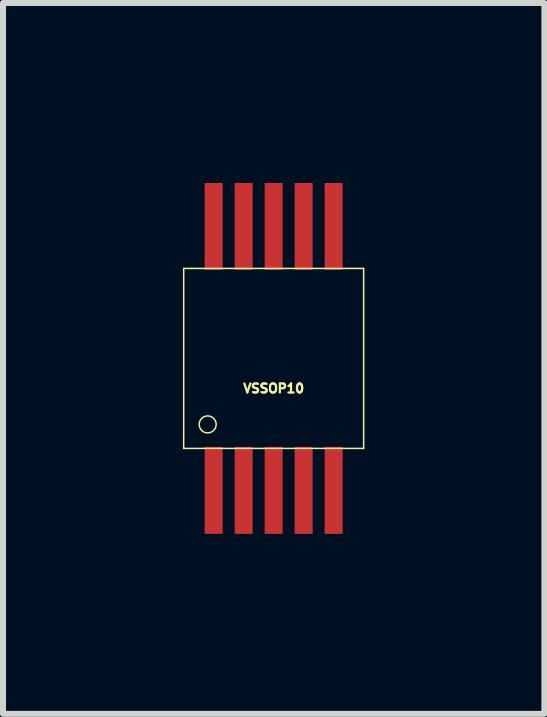
<source format=kicad_pcb>
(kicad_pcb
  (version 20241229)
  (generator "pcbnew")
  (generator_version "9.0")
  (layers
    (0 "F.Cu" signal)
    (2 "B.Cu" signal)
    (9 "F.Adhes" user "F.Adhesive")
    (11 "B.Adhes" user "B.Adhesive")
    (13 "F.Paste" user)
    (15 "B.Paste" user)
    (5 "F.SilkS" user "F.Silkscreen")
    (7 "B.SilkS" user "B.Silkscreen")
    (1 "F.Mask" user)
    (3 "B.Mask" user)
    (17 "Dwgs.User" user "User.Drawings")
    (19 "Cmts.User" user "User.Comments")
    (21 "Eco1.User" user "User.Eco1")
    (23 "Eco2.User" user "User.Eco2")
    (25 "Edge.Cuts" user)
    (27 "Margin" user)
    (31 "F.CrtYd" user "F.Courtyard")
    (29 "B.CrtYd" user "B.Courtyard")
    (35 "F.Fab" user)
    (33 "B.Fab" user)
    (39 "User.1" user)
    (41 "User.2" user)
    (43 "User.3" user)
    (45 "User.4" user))
  (footprint "VSSOP10"
    (layer "F.Cu")
    (at 1.512 2.925)
    (property "Reference" "VSSOP10" (at 0 0.5 0) (layer "F.SilkS") (effects (font (size 0.15 0.15) (thickness 0.037))))
    (attr through_hole)
    (fp_line (start -1.5 -1.5) (end 1.5 -1.5) (stroke (width 0.025) (type solid)) (layer "F.SilkS"))
    (fp_line (start -1.5 1.5) (end -1.5 -1.5) (stroke (width 0.025) (type solid)) (layer "F.SilkS"))
    (fp_line (start 1.5 -1.5) (end 1.5 1.5) (stroke (width 0.025) (type solid)) (layer "F.SilkS"))
    (fp_line (start 1.5 1.5) (end -1.5 1.5) (stroke (width 0.025) (type solid)) (layer "F.SilkS"))
    (fp_circle (center -1.1 1.1) (end -1 1.2) (stroke (width 0.025) (type solid)) (fill no) (layer "F.SilkS"))
    (pad "1" smd rect (at -1 2.2) (size 0.3 1.45) (layers "F.Cu" "F.Mask" "F.Paste"))
    (pad "2" smd rect (at -0.5 2.2) (size 0.3 1.45) (layers "F.Cu" "F.Mask" "F.Paste"))
    (pad "3" smd rect (at 0 2.2) (size 0.3 1.45) (layers "F.Cu" "F.Mask" "F.Paste"))
    (pad "4" smd rect (at 0.5 2.2) (size 0.3 1.45) (layers "F.Cu" "F.Mask" "F.Paste"))
    (pad "5" smd rect (at 1 2.2) (size 0.3 1.45) (layers "F.Cu" "F.Mask" "F.Paste"))
    (pad "6" smd rect (at 1 -2.2) (size 0.3 1.45) (layers "F.Cu" "F.Mask" "F.Paste"))
    (pad "7" smd rect (at 0.5 -2.2) (size 0.3 1.45) (layers "F.Cu" "F.Mask" "F.Paste"))
    (pad "8" smd rect (at 0 -2.2) (size 0.3 1.45) (layers "F.Cu" "F.Mask" "F.Paste"))
    (pad "9" smd rect (at -0.5 -2.2) (size 0.3 1.45) (layers "F.Cu" "F.Mask" "F.Paste"))
    (pad "10" smd rect (at -1 -2.2) (size 0.3 1.45) (layers "F.Cu" "F.Mask" "F.Paste")))
  (gr_rect
    (start -3 -3)
    (end 6.025 8.85)
    (stroke (width 0.1) (type default))
    (fill no)
    (layer "Edge.Cuts")))
</source>
